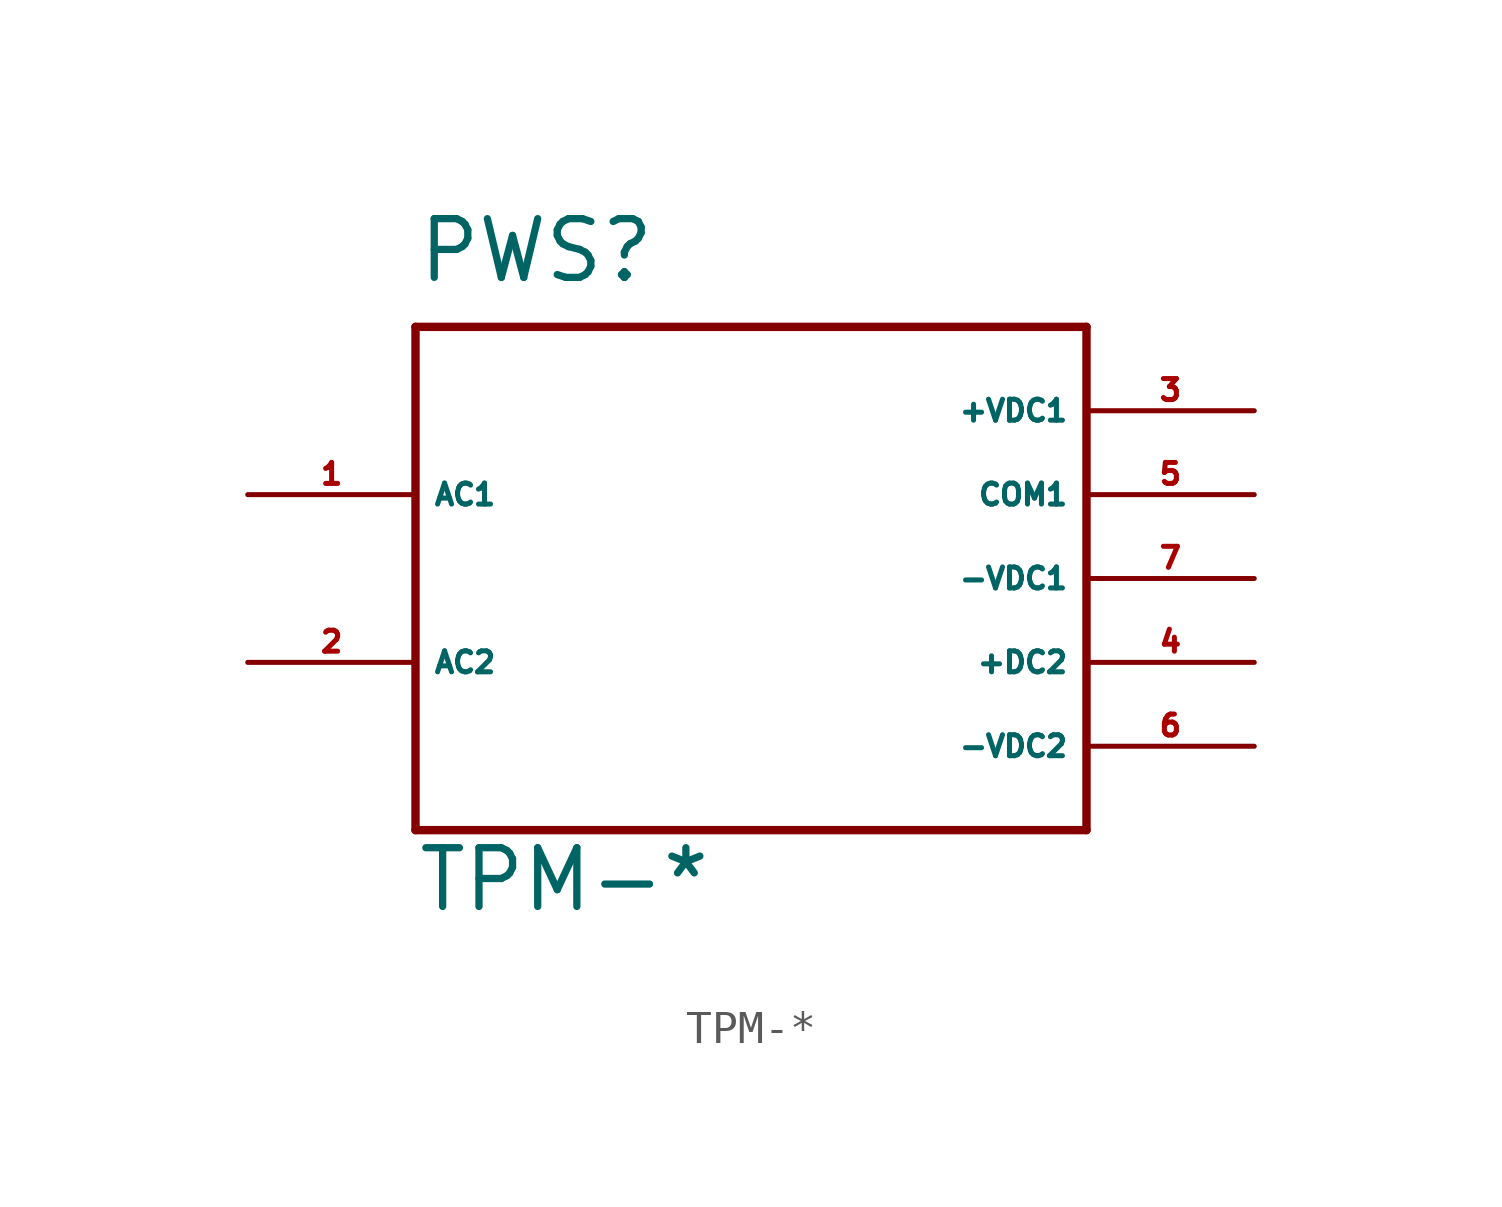
<source format=kicad_sym>
(kicad_symbol_lib
  (version 20220914)
  (generator Eagle2Kicad)
  (symbol "TPM-*"
    (property "Reference" "PWS"
      (at -7.62 8.89 0)
      (effects (font (size 1.778 1.778) (thickness 0.22)) (justify left bottom)))
    (property "Value" "TPM-*"
      (at -7.62 -10.16 0)
      (effects (font (size 1.778 1.778) (thickness 0.22)) (justify left bottom)))
    (polyline
      (pts (xy -7.62 7.62) (xy 12.7 7.62))
      (stroke (width 0.254) (type default))
      (fill (type none)))
    (polyline
      (pts (xy 12.7 7.62) (xy 12.7 -7.62))
      (stroke (width 0.254) (type default))
      (fill (type none)))
    (polyline
      (pts (xy 12.7 -7.62) (xy -7.62 -7.62))
      (stroke (width 0.254) (type default))
      (fill (type none)))
    (polyline
      (pts (xy -7.62 -7.62) (xy -7.62 7.62))
      (stroke (width 0.254) (type default))
      (fill (type none)))
    (pin input line
      (at -12.7 2.54 0)
      (length 5.08)
      (name "AC1" (effects (font (size 0.635 0.635) (thickness 0.08)) (justify left bottom)))
      (number "1" (effects (font (size 0.635 0.635) (thickness 0.08)) (justify left bottom))))
    (pin input line
      (at -12.7 -2.54 0)
      (length 5.08)
      (name "AC2" (effects (font (size 0.635 0.635) (thickness 0.08)) (justify left bottom)))
      (number "2" (effects (font (size 0.635 0.635) (thickness 0.08)) (justify left bottom))))
    (pin passive line
      (at 17.78 5.08 180)
      (length 5.08)
      (name "+VDC1" (effects (font (size 0.635 0.635) (thickness 0.08)) (justify left bottom)))
      (number "3" (effects (font (size 0.635 0.635) (thickness 0.08)) (justify left bottom))))
    (pin passive line
      (at 17.78 2.54 180)
      (length 5.08)
      (name "COM1" (effects (font (size 0.635 0.635) (thickness 0.08)) (justify left bottom)))
      (number "5" (effects (font (size 0.635 0.635) (thickness 0.08)) (justify left bottom))))
    (pin passive line
      (at 17.78 0 180)
      (length 5.08)
      (name "-VDC1" (effects (font (size 0.635 0.635) (thickness 0.08)) (justify left bottom)))
      (number "7" (effects (font (size 0.635 0.635) (thickness 0.08)) (justify left bottom))))
    (pin passive line
      (at 17.78 -2.54 180)
      (length 5.08)
      (name "+DC2" (effects (font (size 0.635 0.635) (thickness 0.08)) (justify left bottom)))
      (number "4" (effects (font (size 0.635 0.635) (thickness 0.08)) (justify left bottom))))
    (pin passive line
      (at 17.78 -5.08 180)
      (length 5.08)
      (name "-VDC2" (effects (font (size 0.635 0.635) (thickness 0.08)) (justify left bottom)))
      (number "6" (effects (font (size 0.635 0.635) (thickness 0.08)) (justify left bottom))))))
</source>
